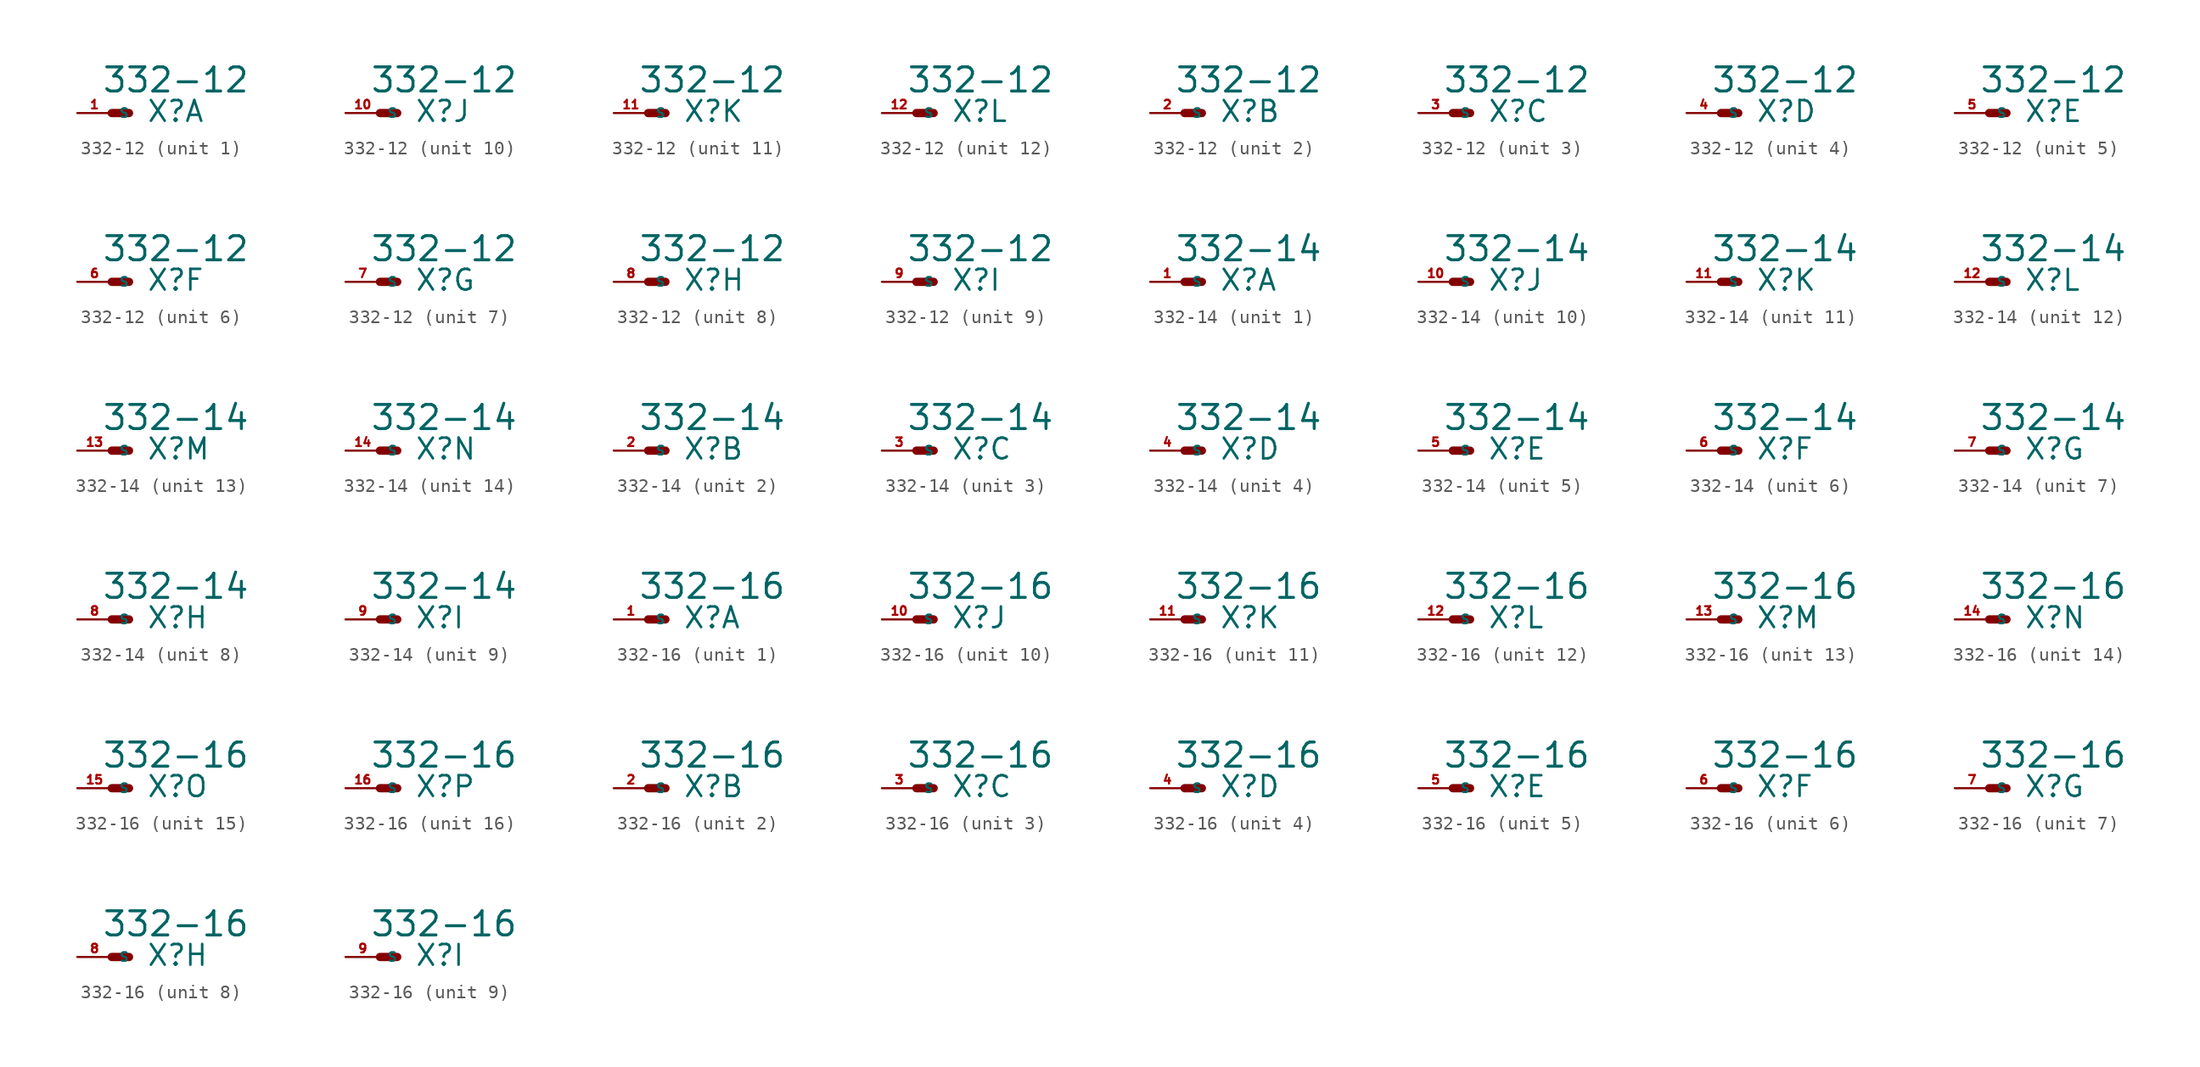
<source format=kicad_sym>
(kicad_symbol_lib
  (version 20220914)
  (generator Eagle2Kicad)
  (symbol "332-12"
    (property "Reference" "X"
      (at 2.54 -0.762 0)
      (effects (font (size 1.524 1.524) (thickness 0.19)) (justify left bottom)))
    (property "Value" "332-12"
      (at -0.762 1.397 0)
      (effects (font (size 1.778 1.778) (thickness 0.22)) (justify left bottom)))
    (symbol "332-12_1_0"
      (polyline (pts (xy 1.27 0) (xy 0 0)) (stroke (width 0.61) (type default)) (fill (type none)))
      (pin passive line (at -2.54 0 0) (length 2.54) (name "S" (effects (font (size 0.635 0.635) (thickness 0.08)) (justify left bottom))) (number "1" (effects (font (size 0.635 0.635) (thickness 0.08)) (justify left bottom)))))
    (symbol "332-12_2_0"
      (polyline (pts (xy 1.27 0) (xy 0 0)) (stroke (width 0.61) (type default)) (fill (type none)))
      (pin passive line (at -2.54 0 0) (length 2.54) (name "S" (effects (font (size 0.635 0.635) (thickness 0.08)) (justify left bottom))) (number "2" (effects (font (size 0.635 0.635) (thickness 0.08)) (justify left bottom)))))
    (symbol "332-12_3_0"
      (polyline (pts (xy 1.27 0) (xy 0 0)) (stroke (width 0.61) (type default)) (fill (type none)))
      (pin passive line (at -2.54 0 0) (length 2.54) (name "S" (effects (font (size 0.635 0.635) (thickness 0.08)) (justify left bottom))) (number "3" (effects (font (size 0.635 0.635) (thickness 0.08)) (justify left bottom)))))
    (symbol "332-12_4_0"
      (polyline (pts (xy 1.27 0) (xy 0 0)) (stroke (width 0.61) (type default)) (fill (type none)))
      (pin passive line (at -2.54 0 0) (length 2.54) (name "S" (effects (font (size 0.635 0.635) (thickness 0.08)) (justify left bottom))) (number "4" (effects (font (size 0.635 0.635) (thickness 0.08)) (justify left bottom)))))
    (symbol "332-12_5_0"
      (polyline (pts (xy 1.27 0) (xy 0 0)) (stroke (width 0.61) (type default)) (fill (type none)))
      (pin passive line (at -2.54 0 0) (length 2.54) (name "S" (effects (font (size 0.635 0.635) (thickness 0.08)) (justify left bottom))) (number "5" (effects (font (size 0.635 0.635) (thickness 0.08)) (justify left bottom)))))
    (symbol "332-12_6_0"
      (polyline (pts (xy 1.27 0) (xy 0 0)) (stroke (width 0.61) (type default)) (fill (type none)))
      (pin passive line (at -2.54 0 0) (length 2.54) (name "S" (effects (font (size 0.635 0.635) (thickness 0.08)) (justify left bottom))) (number "6" (effects (font (size 0.635 0.635) (thickness 0.08)) (justify left bottom)))))
    (symbol "332-12_7_0"
      (polyline (pts (xy 1.27 0) (xy 0 0)) (stroke (width 0.61) (type default)) (fill (type none)))
      (pin passive line (at -2.54 0 0) (length 2.54) (name "S" (effects (font (size 0.635 0.635) (thickness 0.08)) (justify left bottom))) (number "7" (effects (font (size 0.635 0.635) (thickness 0.08)) (justify left bottom)))))
    (symbol "332-12_8_0"
      (polyline (pts (xy 1.27 0) (xy 0 0)) (stroke (width 0.61) (type default)) (fill (type none)))
      (pin passive line (at -2.54 0 0) (length 2.54) (name "S" (effects (font (size 0.635 0.635) (thickness 0.08)) (justify left bottom))) (number "8" (effects (font (size 0.635 0.635) (thickness 0.08)) (justify left bottom)))))
    (symbol "332-12_9_0"
      (polyline (pts (xy 1.27 0) (xy 0 0)) (stroke (width 0.61) (type default)) (fill (type none)))
      (pin passive line (at -2.54 0 0) (length 2.54) (name "S" (effects (font (size 0.635 0.635) (thickness 0.08)) (justify left bottom))) (number "9" (effects (font (size 0.635 0.635) (thickness 0.08)) (justify left bottom)))))
    (symbol "332-12_10_0"
      (polyline (pts (xy 1.27 0) (xy 0 0)) (stroke (width 0.61) (type default)) (fill (type none)))
      (pin passive line (at -2.54 0 0) (length 2.54) (name "S" (effects (font (size 0.635 0.635) (thickness 0.08)) (justify left bottom))) (number "10" (effects (font (size 0.635 0.635) (thickness 0.08)) (justify left bottom)))))
    (symbol "332-12_11_0"
      (polyline (pts (xy 1.27 0) (xy 0 0)) (stroke (width 0.61) (type default)) (fill (type none)))
      (pin passive line (at -2.54 0 0) (length 2.54) (name "S" (effects (font (size 0.635 0.635) (thickness 0.08)) (justify left bottom))) (number "11" (effects (font (size 0.635 0.635) (thickness 0.08)) (justify left bottom)))))
    (symbol "332-12_12_0"
      (polyline (pts (xy 1.27 0) (xy 0 0)) (stroke (width 0.61) (type default)) (fill (type none)))
      (pin passive line (at -2.54 0 0) (length 2.54) (name "S" (effects (font (size 0.635 0.635) (thickness 0.08)) (justify left bottom))) (number "12" (effects (font (size 0.635 0.635) (thickness 0.08)) (justify left bottom))))))
  (symbol "332-14"
    (property "Reference" "X"
      (at 2.54 -0.762 0)
      (effects (font (size 1.524 1.524) (thickness 0.19)) (justify left bottom)))
    (property "Value" "332-14"
      (at -0.762 1.397 0)
      (effects (font (size 1.778 1.778) (thickness 0.22)) (justify left bottom)))
    (symbol "332-14_1_0"
      (polyline (pts (xy 1.27 0) (xy 0 0)) (stroke (width 0.61) (type default)) (fill (type none)))
      (pin passive line (at -2.54 0 0) (length 2.54) (name "S" (effects (font (size 0.635 0.635) (thickness 0.08)) (justify left bottom))) (number "1" (effects (font (size 0.635 0.635) (thickness 0.08)) (justify left bottom)))))
    (symbol "332-14_2_0"
      (polyline (pts (xy 1.27 0) (xy 0 0)) (stroke (width 0.61) (type default)) (fill (type none)))
      (pin passive line (at -2.54 0 0) (length 2.54) (name "S" (effects (font (size 0.635 0.635) (thickness 0.08)) (justify left bottom))) (number "2" (effects (font (size 0.635 0.635) (thickness 0.08)) (justify left bottom)))))
    (symbol "332-14_3_0"
      (polyline (pts (xy 1.27 0) (xy 0 0)) (stroke (width 0.61) (type default)) (fill (type none)))
      (pin passive line (at -2.54 0 0) (length 2.54) (name "S" (effects (font (size 0.635 0.635) (thickness 0.08)) (justify left bottom))) (number "3" (effects (font (size 0.635 0.635) (thickness 0.08)) (justify left bottom)))))
    (symbol "332-14_4_0"
      (polyline (pts (xy 1.27 0) (xy 0 0)) (stroke (width 0.61) (type default)) (fill (type none)))
      (pin passive line (at -2.54 0 0) (length 2.54) (name "S" (effects (font (size 0.635 0.635) (thickness 0.08)) (justify left bottom))) (number "4" (effects (font (size 0.635 0.635) (thickness 0.08)) (justify left bottom)))))
    (symbol "332-14_5_0"
      (polyline (pts (xy 1.27 0) (xy 0 0)) (stroke (width 0.61) (type default)) (fill (type none)))
      (pin passive line (at -2.54 0 0) (length 2.54) (name "S" (effects (font (size 0.635 0.635) (thickness 0.08)) (justify left bottom))) (number "5" (effects (font (size 0.635 0.635) (thickness 0.08)) (justify left bottom)))))
    (symbol "332-14_6_0"
      (polyline (pts (xy 1.27 0) (xy 0 0)) (stroke (width 0.61) (type default)) (fill (type none)))
      (pin passive line (at -2.54 0 0) (length 2.54) (name "S" (effects (font (size 0.635 0.635) (thickness 0.08)) (justify left bottom))) (number "6" (effects (font (size 0.635 0.635) (thickness 0.08)) (justify left bottom)))))
    (symbol "332-14_7_0"
      (polyline (pts (xy 1.27 0) (xy 0 0)) (stroke (width 0.61) (type default)) (fill (type none)))
      (pin passive line (at -2.54 0 0) (length 2.54) (name "S" (effects (font (size 0.635 0.635) (thickness 0.08)) (justify left bottom))) (number "7" (effects (font (size 0.635 0.635) (thickness 0.08)) (justify left bottom)))))
    (symbol "332-14_8_0"
      (polyline (pts (xy 1.27 0) (xy 0 0)) (stroke (width 0.61) (type default)) (fill (type none)))
      (pin passive line (at -2.54 0 0) (length 2.54) (name "S" (effects (font (size 0.635 0.635) (thickness 0.08)) (justify left bottom))) (number "8" (effects (font (size 0.635 0.635) (thickness 0.08)) (justify left bottom)))))
    (symbol "332-14_9_0"
      (polyline (pts (xy 1.27 0) (xy 0 0)) (stroke (width 0.61) (type default)) (fill (type none)))
      (pin passive line (at -2.54 0 0) (length 2.54) (name "S" (effects (font (size 0.635 0.635) (thickness 0.08)) (justify left bottom))) (number "9" (effects (font (size 0.635 0.635) (thickness 0.08)) (justify left bottom)))))
    (symbol "332-14_10_0"
      (polyline (pts (xy 1.27 0) (xy 0 0)) (stroke (width 0.61) (type default)) (fill (type none)))
      (pin passive line (at -2.54 0 0) (length 2.54) (name "S" (effects (font (size 0.635 0.635) (thickness 0.08)) (justify left bottom))) (number "10" (effects (font (size 0.635 0.635) (thickness 0.08)) (justify left bottom)))))
    (symbol "332-14_11_0"
      (polyline (pts (xy 1.27 0) (xy 0 0)) (stroke (width 0.61) (type default)) (fill (type none)))
      (pin passive line (at -2.54 0 0) (length 2.54) (name "S" (effects (font (size 0.635 0.635) (thickness 0.08)) (justify left bottom))) (number "11" (effects (font (size 0.635 0.635) (thickness 0.08)) (justify left bottom)))))
    (symbol "332-14_12_0"
      (polyline (pts (xy 1.27 0) (xy 0 0)) (stroke (width 0.61) (type default)) (fill (type none)))
      (pin passive line (at -2.54 0 0) (length 2.54) (name "S" (effects (font (size 0.635 0.635) (thickness 0.08)) (justify left bottom))) (number "12" (effects (font (size 0.635 0.635) (thickness 0.08)) (justify left bottom)))))
    (symbol "332-14_13_0"
      (polyline (pts (xy 1.27 0) (xy 0 0)) (stroke (width 0.61) (type default)) (fill (type none)))
      (pin passive line (at -2.54 0 0) (length 2.54) (name "S" (effects (font (size 0.635 0.635) (thickness 0.08)) (justify left bottom))) (number "13" (effects (font (size 0.635 0.635) (thickness 0.08)) (justify left bottom)))))
    (symbol "332-14_14_0"
      (polyline (pts (xy 1.27 0) (xy 0 0)) (stroke (width 0.61) (type default)) (fill (type none)))
      (pin passive line (at -2.54 0 0) (length 2.54) (name "S" (effects (font (size 0.635 0.635) (thickness 0.08)) (justify left bottom))) (number "14" (effects (font (size 0.635 0.635) (thickness 0.08)) (justify left bottom))))))
  (symbol "332-16"
    (property "Reference" "X"
      (at 2.54 -0.762 0)
      (effects (font (size 1.524 1.524) (thickness 0.19)) (justify left bottom)))
    (property "Value" "332-16"
      (at -0.762 1.397 0)
      (effects (font (size 1.778 1.778) (thickness 0.22)) (justify left bottom)))
    (symbol "332-16_1_0"
      (polyline (pts (xy 1.27 0) (xy 0 0)) (stroke (width 0.61) (type default)) (fill (type none)))
      (pin passive line (at -2.54 0 0) (length 2.54) (name "S" (effects (font (size 0.635 0.635) (thickness 0.08)) (justify left bottom))) (number "1" (effects (font (size 0.635 0.635) (thickness 0.08)) (justify left bottom)))))
    (symbol "332-16_2_0"
      (polyline (pts (xy 1.27 0) (xy 0 0)) (stroke (width 0.61) (type default)) (fill (type none)))
      (pin passive line (at -2.54 0 0) (length 2.54) (name "S" (effects (font (size 0.635 0.635) (thickness 0.08)) (justify left bottom))) (number "2" (effects (font (size 0.635 0.635) (thickness 0.08)) (justify left bottom)))))
    (symbol "332-16_3_0"
      (polyline (pts (xy 1.27 0) (xy 0 0)) (stroke (width 0.61) (type default)) (fill (type none)))
      (pin passive line (at -2.54 0 0) (length 2.54) (name "S" (effects (font (size 0.635 0.635) (thickness 0.08)) (justify left bottom))) (number "3" (effects (font (size 0.635 0.635) (thickness 0.08)) (justify left bottom)))))
    (symbol "332-16_4_0"
      (polyline (pts (xy 1.27 0) (xy 0 0)) (stroke (width 0.61) (type default)) (fill (type none)))
      (pin passive line (at -2.54 0 0) (length 2.54) (name "S" (effects (font (size 0.635 0.635) (thickness 0.08)) (justify left bottom))) (number "4" (effects (font (size 0.635 0.635) (thickness 0.08)) (justify left bottom)))))
    (symbol "332-16_5_0"
      (polyline (pts (xy 1.27 0) (xy 0 0)) (stroke (width 0.61) (type default)) (fill (type none)))
      (pin passive line (at -2.54 0 0) (length 2.54) (name "S" (effects (font (size 0.635 0.635) (thickness 0.08)) (justify left bottom))) (number "5" (effects (font (size 0.635 0.635) (thickness 0.08)) (justify left bottom)))))
    (symbol "332-16_6_0"
      (polyline (pts (xy 1.27 0) (xy 0 0)) (stroke (width 0.61) (type default)) (fill (type none)))
      (pin passive line (at -2.54 0 0) (length 2.54) (name "S" (effects (font (size 0.635 0.635) (thickness 0.08)) (justify left bottom))) (number "6" (effects (font (size 0.635 0.635) (thickness 0.08)) (justify left bottom)))))
    (symbol "332-16_7_0"
      (polyline (pts (xy 1.27 0) (xy 0 0)) (stroke (width 0.61) (type default)) (fill (type none)))
      (pin passive line (at -2.54 0 0) (length 2.54) (name "S" (effects (font (size 0.635 0.635) (thickness 0.08)) (justify left bottom))) (number "7" (effects (font (size 0.635 0.635) (thickness 0.08)) (justify left bottom)))))
    (symbol "332-16_8_0"
      (polyline (pts (xy 1.27 0) (xy 0 0)) (stroke (width 0.61) (type default)) (fill (type none)))
      (pin passive line (at -2.54 0 0) (length 2.54) (name "S" (effects (font (size 0.635 0.635) (thickness 0.08)) (justify left bottom))) (number "8" (effects (font (size 0.635 0.635) (thickness 0.08)) (justify left bottom)))))
    (symbol "332-16_9_0"
      (polyline (pts (xy 1.27 0) (xy 0 0)) (stroke (width 0.61) (type default)) (fill (type none)))
      (pin passive line (at -2.54 0 0) (length 2.54) (name "S" (effects (font (size 0.635 0.635) (thickness 0.08)) (justify left bottom))) (number "9" (effects (font (size 0.635 0.635) (thickness 0.08)) (justify left bottom)))))
    (symbol "332-16_10_0"
      (polyline (pts (xy 1.27 0) (xy 0 0)) (stroke (width 0.61) (type default)) (fill (type none)))
      (pin passive line (at -2.54 0 0) (length 2.54) (name "S" (effects (font (size 0.635 0.635) (thickness 0.08)) (justify left bottom))) (number "10" (effects (font (size 0.635 0.635) (thickness 0.08)) (justify left bottom)))))
    (symbol "332-16_11_0"
      (polyline (pts (xy 1.27 0) (xy 0 0)) (stroke (width 0.61) (type default)) (fill (type none)))
      (pin passive line (at -2.54 0 0) (length 2.54) (name "S" (effects (font (size 0.635 0.635) (thickness 0.08)) (justify left bottom))) (number "11" (effects (font (size 0.635 0.635) (thickness 0.08)) (justify left bottom)))))
    (symbol "332-16_12_0"
      (polyline (pts (xy 1.27 0) (xy 0 0)) (stroke (width 0.61) (type default)) (fill (type none)))
      (pin passive line (at -2.54 0 0) (length 2.54) (name "S" (effects (font (size 0.635 0.635) (thickness 0.08)) (justify left bottom))) (number "12" (effects (font (size 0.635 0.635) (thickness 0.08)) (justify left bottom)))))
    (symbol "332-16_13_0"
      (polyline (pts (xy 1.27 0) (xy 0 0)) (stroke (width 0.61) (type default)) (fill (type none)))
      (pin passive line (at -2.54 0 0) (length 2.54) (name "S" (effects (font (size 0.635 0.635) (thickness 0.08)) (justify left bottom))) (number "13" (effects (font (size 0.635 0.635) (thickness 0.08)) (justify left bottom)))))
    (symbol "332-16_14_0"
      (polyline (pts (xy 1.27 0) (xy 0 0)) (stroke (width 0.61) (type default)) (fill (type none)))
      (pin passive line (at -2.54 0 0) (length 2.54) (name "S" (effects (font (size 0.635 0.635) (thickness 0.08)) (justify left bottom))) (number "14" (effects (font (size 0.635 0.635) (thickness 0.08)) (justify left bottom)))))
    (symbol "332-16_15_0"
      (polyline (pts (xy 1.27 0) (xy 0 0)) (stroke (width 0.61) (type default)) (fill (type none)))
      (pin passive line (at -2.54 0 0) (length 2.54) (name "S" (effects (font (size 0.635 0.635) (thickness 0.08)) (justify left bottom))) (number "15" (effects (font (size 0.635 0.635) (thickness 0.08)) (justify left bottom)))))
    (symbol "332-16_16_0"
      (polyline (pts (xy 1.27 0) (xy 0 0)) (stroke (width 0.61) (type default)) (fill (type none)))
      (pin passive line (at -2.54 0 0) (length 2.54) (name "S" (effects (font (size 0.635 0.635) (thickness 0.08)) (justify left bottom))) (number "16" (effects (font (size 0.635 0.635) (thickness 0.08)) (justify left bottom)))))))
</source>
